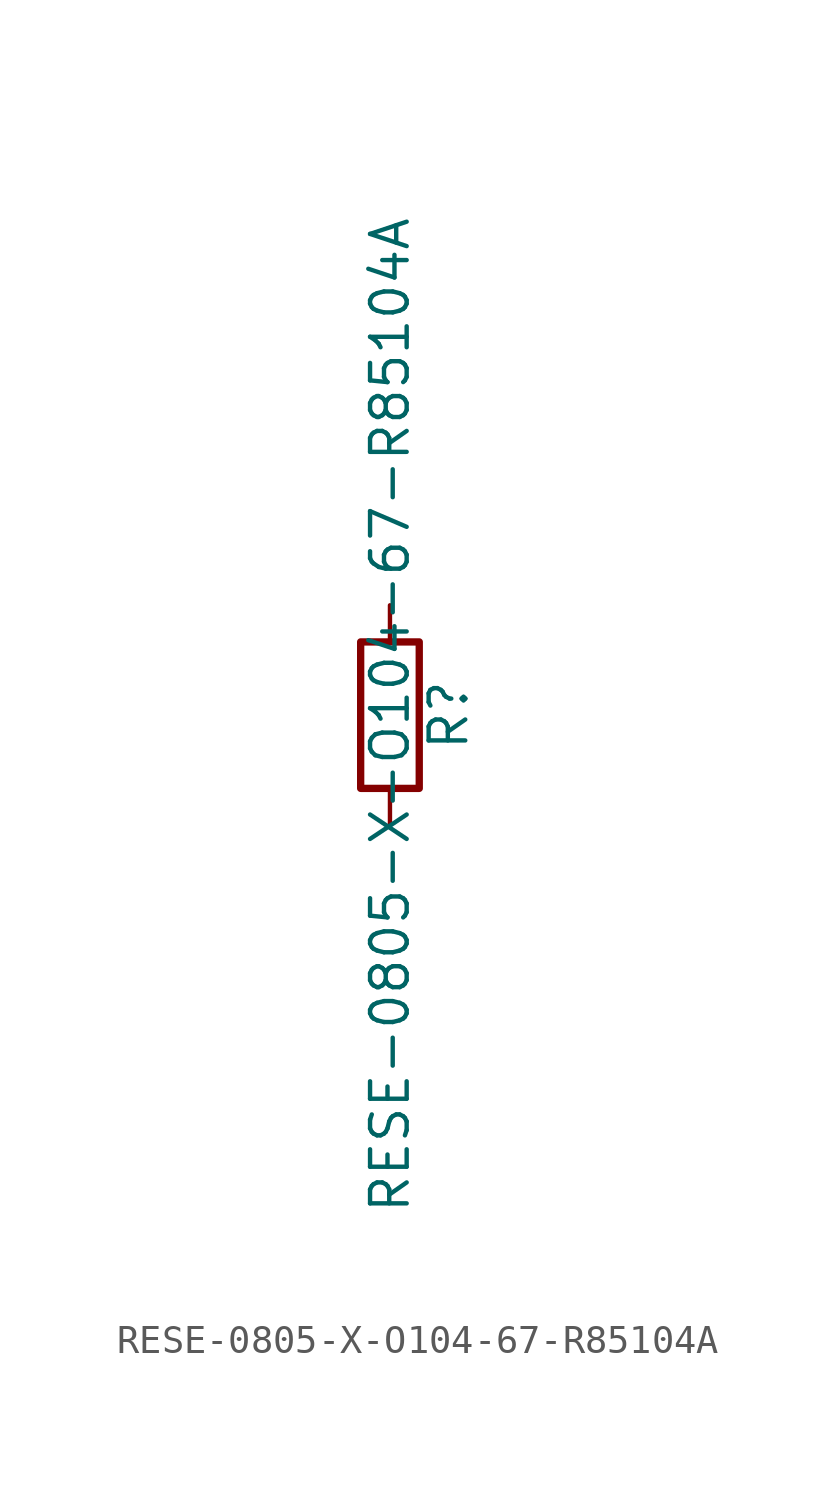
<source format=kicad_sym>
(kicad_symbol_lib
  (version 20211014)
  (generator kicad_symbol_editor)
  (symbol "RESE-0805-X-O104-67-R85104A"
    (pin_numbers hide)
    (pin_names
      (offset 0))
    (property "Reference" "R"
      (at 2.032 0 90)
      (effects (font (size 1.27 1.27))))
    (property "Value" "RESE-0805-X-O104-67-R85104A"
      (at 0 0 90)
      (effects (font (size 1.27 1.27))))
    (symbol "RESE-0805-X-O104-67-R85104A_0_1"
      (rectangle (start -1.016 -2.54) (end 1.016 2.54) (stroke (width 0.254) (type default) (color 0 0 0 0)) (fill (type none))))
    (symbol "RESE-0805-X-O104-67-R85104A_1_1"
      (pin passive line (at 0 3.81 270) (length 1.27) (name "~" (effects (font (size 1.27 1.27)))) (number "1" (effects (font (size 1.27 1.27)))))
      (pin passive line (at 0 -3.81 90) (length 1.27) (name "~" (effects (font (size 1.27 1.27)))) (number "2" (effects (font (size 1.27 1.27))))))))
</source>
